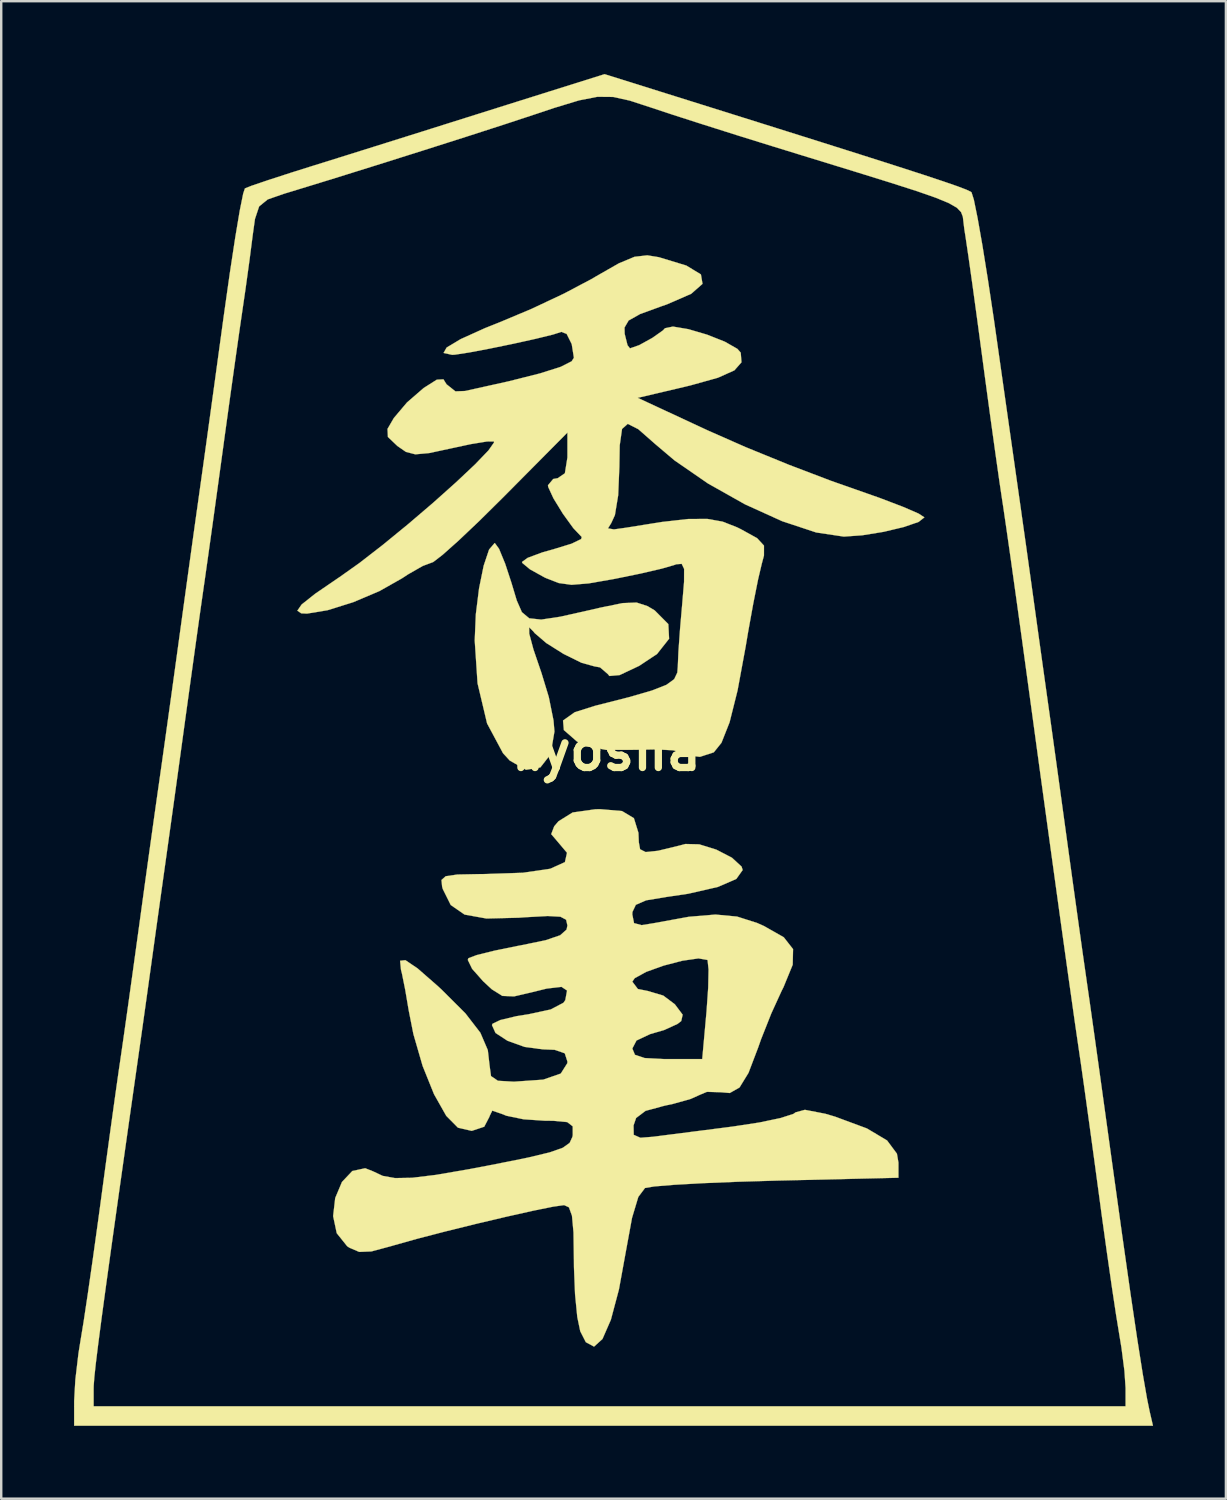
<source format=kicad_pcb>
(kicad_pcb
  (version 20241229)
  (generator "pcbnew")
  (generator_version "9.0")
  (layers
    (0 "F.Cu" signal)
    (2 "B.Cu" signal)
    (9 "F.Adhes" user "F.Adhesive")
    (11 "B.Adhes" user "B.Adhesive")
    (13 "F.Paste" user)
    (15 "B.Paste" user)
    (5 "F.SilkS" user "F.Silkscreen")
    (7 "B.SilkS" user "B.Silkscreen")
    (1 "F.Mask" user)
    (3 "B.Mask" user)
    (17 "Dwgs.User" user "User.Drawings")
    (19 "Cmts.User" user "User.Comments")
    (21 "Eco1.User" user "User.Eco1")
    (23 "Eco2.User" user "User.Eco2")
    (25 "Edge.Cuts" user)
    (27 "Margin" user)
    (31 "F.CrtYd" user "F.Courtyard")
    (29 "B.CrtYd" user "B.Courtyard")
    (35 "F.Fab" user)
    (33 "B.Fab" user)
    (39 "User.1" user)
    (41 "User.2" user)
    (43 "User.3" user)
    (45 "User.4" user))
  (footprint "kyosha"
    (layer "F.Cu")
    (at 21.929 27.878)
    (property "Reference" "kyosha" (at 0 0 0) (layer "F.SilkS") (effects (font (size 1.524 1.524) (thickness 0.3))))
    (attr through_hole)
    (fp_poly (pts (xy -4.422 -8.321) (xy -4.169 -7.707) (xy -3.912 -6.925) (xy -3.691 -6.19) (xy -3.48 -5.71) (xy -3.178 -5.457) (xy -2.685 -5.404) (xy -1.902 -5.522) (xy -0.728 -5.785) (xy -0.229 -5.9) (xy 0.668 -6.083) (xy 1.245 -6.106) (xy 1.695 -5.959) (xy 1.993 -5.781) (xy 2.553 -5.217) (xy 2.584 -4.615) (xy 2.09 -3.989) (xy 1.353 -3.499) (xy 0.545 -3.118) (xy 0.124 -3.081) (xy 0.061 -3.16) (xy -0.261 -3.436) (xy -0.49 -3.477) (xy -1.024 -3.625) (xy -1.757 -3.986) (xy -2.474 -4.437) (xy -2.959 -4.853) (xy -3.004 -4.913) (xy -3.181 -5.089) (xy -3.178 -4.825) (xy -3.005 -4.178) (xy -2.674 -3.208) (xy -2.371 -2.211) (xy -2.177 -1.249) (xy -2.139 -0.793) (xy -2.299 0.148) (xy -2.72 0.686) (xy -3.311 0.784) (xy -3.981 0.402) (xy -4.258 0.099) (xy -4.914 -1.126) (xy -5.306 -2.778) (xy -5.423 -4.545) (xy -5.377 -5.623) (xy -5.244 -6.693) (xy -5.054 -7.625) (xy -4.831 -8.29) (xy -4.604 -8.555) (xy -4.594 -8.556) (xy -4.422 -8.321)) (stroke (width 0.01) (type solid)) (fill yes) (layer "F.SilkS"))
    (fp_poly (pts (xy 2.161 -20.333) (xy 3.295 -19.988) (xy 3.895 -19.623) (xy 3.961 -19.235) (xy 3.493 -18.824) (xy 2.491 -18.388) (xy 2.273 -18.313) (xy 1.389 -17.991) (xy 0.917 -17.725) (xy 0.748 -17.435) (xy 0.754 -17.176) (xy 0.871 -16.708) (xy 0.972 -16.577) (xy 1.353 -16.71) (xy 1.895 -17.009) (xy 2.331 -17.317) (xy 2.415 -17.407) (xy 2.742 -17.475) (xy 3.378 -17.368) (xy 4.148 -17.142) (xy 4.879 -16.853) (xy 5.398 -16.557) (xy 5.535 -16.4) (xy 5.566 -16.003) (xy 5.275 -15.672) (xy 4.597 -15.368) (xy 3.465 -15.052) (xy 3.204 -14.989) (xy 1.29 -14.539) (xy 4.188 -13.192) (xy 5.742 -12.507) (xy 7.525 -11.779) (xy 9.26 -11.119) (xy 10.093 -10.826) (xy 11.262 -10.415) (xy 12.219 -10.05) (xy 12.865 -9.77) (xy 13.101 -9.615) (xy 12.862 -9.427) (xy 12.25 -9.217) (xy 11.423 -9.02) (xy 10.541 -8.877) (xy 9.784 -8.823) (xy 8.644 -8.993) (xy 7.243 -9.457) (xy 5.713 -10.151) (xy 4.189 -11.009) (xy 2.804 -11.965) (xy 2.005 -12.642) (xy 1.314 -13.249) (xy 0.881 -13.467) (xy 0.646 -13.258) (xy 0.55 -12.583) (xy 0.535 -11.693) (xy 0.487 -10.528) (xy 0.352 -9.709) (xy 0.201 -9.38) (xy 0.066 -9.162) (xy 0.311 -9.119) (xy 0.802 -9.188) (xy 2.282 -9.425) (xy 3.36 -9.547) (xy 4.156 -9.552) (xy 4.79 -9.439) (xy 5.383 -9.206) (xy 5.545 -9.126) (xy 6.211 -8.758) (xy 6.493 -8.452) (xy 6.492 -8.043) (xy 6.402 -7.704) (xy 6.25 -7.06) (xy 6.05 -6.058) (xy 5.835 -4.87) (xy 5.738 -4.291) (xy 5.404 -2.483) (xy 5.076 -1.174) (xy 4.742 -0.33) (xy 4.427 0.063) (xy 3.854 0.25) (xy 3.269 0.178) (xy 3.1 0.07) (xy 2.749 -0.02) (xy 2.027 -0.057) (xy 1.175 -0.039) (xy -0.009 -0.036) (xy -0.816 -0.188) (xy -1.212 -0.382) (xy -1.751 -0.853) (xy -1.785 -1.247) (xy -1.305 -1.587) (xy -0.468 -1.852) (xy 0.924 -2.206) (xy 1.877 -2.482) (xy 2.473 -2.716) (xy 2.794 -2.95) (xy 2.923 -3.222) (xy 2.943 -3.474) (xy 2.969 -4.082) (xy 3.035 -5.012) (xy 3.12 -5.994) (xy 3.201 -6.958) (xy 3.203 -7.492) (xy 3.104 -7.7) (xy 2.883 -7.684) (xy 2.783 -7.648) (xy 2.276 -7.502) (xy 1.42 -7.303) (xy 0.395 -7.093) (xy 0.321 -7.078) (xy -0.729 -6.895) (xy -1.433 -6.837) (xy -1.963 -6.91) (xy -2.494 -7.117) (xy -2.553 -7.145) (xy -3.146 -7.474) (xy -3.461 -7.736) (xy -3.476 -7.778) (xy -3.241 -7.948) (xy -2.638 -8.172) (xy -2.138 -8.314) (xy -1.431 -8.531) (xy -1.039 -8.721) (xy -1.015 -8.807) (xy -1.361 -9.171) (xy -1.793 -9.768) (xy -2.18 -10.399) (xy -2.395 -10.866) (xy -2.406 -10.937) (xy -2.19 -11.196) (xy -2.005 -11.229) (xy -1.709 -11.432) (xy -1.605 -12.077) (xy -1.604 -12.169) (xy -1.604 -13.109) (xy -4.261 -10.431) (xy -5.236 -9.467) (xy -6.09 -8.657) (xy -6.748 -8.071) (xy -7.134 -7.775) (xy -7.19 -7.754) (xy -7.564 -7.614) (xy -8.176 -7.264) (xy -8.421 -7.103) (xy -9.348 -6.579) (xy -10.428 -6.121) (xy -11.483 -5.791) (xy -12.332 -5.651) (xy -12.571 -5.662) (xy -12.73 -5.771) (xy -12.552 -6.027) (xy -11.995 -6.469) (xy -11.018 -7.137) (xy -10.986 -7.158) (xy -10.17 -7.737) (xy -9.204 -8.486) (xy -8.167 -9.335) (xy -7.135 -10.217) (xy -6.188 -11.064) (xy -5.402 -11.805) (xy -4.856 -12.374) (xy -4.627 -12.701) (xy -4.633 -12.743) (xy -4.926 -12.74) (xy -5.587 -12.632) (xy -6.378 -12.462) (xy -7.299 -12.264) (xy -7.87 -12.212) (xy -8.258 -12.313) (xy -8.609 -12.556) (xy -8.999 -12.927) (xy -9.016 -13.259) (xy -8.754 -13.709) (xy -8.213 -14.349) (xy -7.53 -14.941) (xy -7.525 -14.945) (xy -6.987 -15.286) (xy -6.712 -15.302) (xy -6.584 -15.098) (xy -6.218 -14.806) (xy -5.821 -14.821) (xy -4.033 -15.218) (xy -2.732 -15.546) (xy -1.878 -15.817) (xy -1.431 -16.044) (xy -1.337 -16.19) (xy -1.427 -16.753) (xy -1.635 -17.172) (xy -1.852 -17.257) (xy -2.2 -17.146) (xy -2.914 -16.971) (xy -3.835 -16.767) (xy -4.802 -16.568) (xy -5.655 -16.407) (xy -6.235 -16.318) (xy -6.35 -16.31) (xy -6.706 -16.388) (xy -6.581 -16.61) (xy -6.004 -16.957) (xy -5.002 -17.41) (xy -4.374 -17.661) (xy -3.084 -18.203) (xy -1.745 -18.834) (xy -0.608 -19.435) (xy -0.408 -19.553) (xy 0.514 -20.08) (xy 1.159 -20.349) (xy 1.685 -20.41) (xy 2.161 -20.333)) (stroke (width 0.01) (type solid)) (fill yes) (layer "F.SilkS"))
    (fp_poly (pts (xy 3.506 -26.751) (xy 6.269 -25.884) (xy 8.564 -25.162) (xy 10.431 -24.572) (xy 11.914 -24.099) (xy 13.053 -23.731) (xy 13.89 -23.453) (xy 14.467 -23.253) (xy 14.827 -23.116) (xy 15.01 -23.03) (xy 15.042 -23.007) (xy 15.139 -22.7) (xy 15.293 -21.943) (xy 15.491 -20.818) (xy 15.718 -19.404) (xy 15.962 -17.782) (xy 16.041 -17.229) (xy 16.298 -15.42) (xy 16.548 -13.661) (xy 16.775 -12.07) (xy 16.961 -10.761) (xy 17.091 -9.849) (xy 17.103 -9.759) (xy 17.286 -8.468) (xy 17.491 -7) (xy 17.646 -5.882) (xy 17.832 -4.541) (xy 18.037 -3.077) (xy 18.187 -2.005) (xy 18.324 -1.032) (xy 18.51 0.308) (xy 18.723 1.852) (xy 18.941 3.436) (xy 18.983 3.743) (xy 19.2 5.317) (xy 19.418 6.882) (xy 19.613 8.275) (xy 19.765 9.335) (xy 19.787 9.492) (xy 19.908 10.33) (xy 20.085 11.585) (xy 20.303 13.144) (xy 20.546 14.895) (xy 20.799 16.723) (xy 20.853 17.112) (xy 21.252 19.979) (xy 21.589 22.344) (xy 21.869 24.233) (xy 22.096 25.674) (xy 22.274 26.695) (xy 22.378 27.205) (xy 22.517 27.806) (xy -21.924 27.806) (xy -21.924 26.781) (xy -21.896 26.276) (xy -21.122 26.276) (xy -21.122 27.004) (xy 21.389 27.004) (xy 21.389 26.247) (xy 21.342 25.544) (xy 21.219 24.59) (xy 21.129 24.041) (xy 21.001 23.257) (xy 20.823 22.079) (xy 20.617 20.645) (xy 20.401 19.091) (xy 20.315 18.448) (xy 20.099 16.852) (xy 19.885 15.289) (xy 19.693 13.905) (xy 19.543 12.848) (xy 19.501 12.566) (xy 19.303 11.207) (xy 19.038 9.333) (xy 18.706 6.959) (xy 18.311 4.099) (xy 17.853 0.77) (xy 17.383 -2.674) (xy 17.131 -4.517) (xy 16.886 -6.283) (xy 16.664 -7.867) (xy 16.478 -9.166) (xy 16.345 -10.076) (xy 16.311 -10.294) (xy 16.187 -11.128) (xy 16.013 -12.354) (xy 15.807 -13.834) (xy 15.591 -15.428) (xy 15.491 -16.176) (xy 15.284 -17.716) (xy 15.088 -19.147) (xy 14.918 -20.35) (xy 14.791 -21.206) (xy 14.747 -21.483) (xy 14.712 -21.771) (xy 14.685 -22) (xy 14.611 -22.192) (xy 14.438 -22.371) (xy 14.111 -22.559) (xy 13.577 -22.78) (xy 12.784 -23.057) (xy 11.676 -23.412) (xy 10.201 -23.87) (xy 8.305 -24.453) (xy 6.818 -24.911) (xy 5.378 -25.359) (xy 3.976 -25.803) (xy 2.765 -26.192) (xy 1.9 -26.478) (xy 1.854 -26.494) (xy 0.968 -26.783) (xy 0.278 -26.935) (xy -0.369 -26.941) (xy -1.127 -26.793) (xy -2.149 -26.483) (xy -2.909 -26.229) (xy -4.14 -25.823) (xy -5.737 -25.307) (xy -7.558 -24.727) (xy -9.458 -24.128) (xy -11.293 -23.555) (xy -12.919 -23.056) (xy -13.285 -22.945) (xy -13.951 -22.713) (xy -14.304 -22.425) (xy -14.476 -21.908) (xy -14.566 -21.263) (xy -14.698 -20.235) (xy -14.868 -19.003) (xy -14.988 -18.181) (xy -15.122 -17.262) (xy -15.305 -15.971) (xy -15.516 -14.464) (xy -15.732 -12.899) (xy -15.777 -12.566) (xy -15.993 -10.993) (xy -16.209 -9.428) (xy -16.404 -8.034) (xy -16.554 -6.975) (xy -16.577 -6.818) (xy -16.716 -5.845) (xy -16.904 -4.505) (xy -17.118 -2.961) (xy -17.337 -1.376) (xy -17.379 -1.069) (xy -17.595 0.504) (xy -17.811 2.069) (xy -18.005 3.462) (xy -18.153 4.522) (xy -18.175 4.679) (xy -18.356 5.97) (xy -18.561 7.438) (xy -18.716 8.556) (xy -18.902 9.897) (xy -19.107 11.361) (xy -19.259 12.433) (xy -19.698 15.516) (xy -20.065 18.112) (xy -20.367 20.262) (xy -20.609 22.009) (xy -20.797 23.394) (xy -20.936 24.459) (xy -21.033 25.246) (xy -21.092 25.796) (xy -21.119 26.152) (xy -21.122 26.276) (xy -21.896 26.276) (xy -21.874 25.901) (xy -21.747 24.826) (xy -21.664 24.308) (xy -21.535 23.524) (xy -21.358 22.347) (xy -21.152 20.913) (xy -20.936 19.358) (xy -20.849 18.716) (xy -20.634 17.12) (xy -20.42 15.556) (xy -20.228 14.172) (xy -20.078 13.115) (xy -20.036 12.834) (xy -19.903 11.915) (xy -19.72 10.624) (xy -19.51 9.117) (xy -19.294 7.551) (xy -19.248 7.219) (xy -19.033 5.646) (xy -18.816 4.08) (xy -18.621 2.687) (xy -18.471 1.627) (xy -18.448 1.471) (xy -18.31 0.497) (xy -18.122 -0.843) (xy -17.907 -2.386) (xy -17.688 -3.971) (xy -17.646 -4.278) (xy -17.43 -5.851) (xy -17.214 -7.416) (xy -17.021 -8.81) (xy -16.873 -9.869) (xy -16.85 -10.026) (xy -16.735 -10.849) (xy -16.618 -11.683) (xy -16.487 -12.625) (xy -16.329 -13.771) (xy -16.13 -15.217) (xy -15.878 -17.059) (xy -15.761 -17.914) (xy -15.511 -19.681) (xy -15.287 -21.152) (xy -15.1 -22.265) (xy -14.96 -22.957) (xy -14.89 -23.166) (xy -14.615 -23.276) (xy -13.941 -23.505) (xy -12.98 -23.817) (xy -12.215 -24.058) (xy -10.726 -24.523) (xy -9.063 -25.045) (xy -7.525 -25.528) (xy -7.152 -25.646) (xy -5.708 -26.101) (xy -4.108 -26.605) (xy -2.651 -27.063) (xy -2.376 -27.15) (xy -0.074 -27.873) (xy 3.506 -26.751)) (stroke (width 0.01) (type solid)) (fill yes) (layer "F.SilkS"))
    (fp_poly (pts (xy 0.645 2.483) (xy 1.134 2.776) (xy 1.321 3.38) (xy 1.337 3.77) (xy 1.389 4.057) (xy 1.617 4.172) (xy 2.124 4.12) (xy 3.016 3.904) (xy 3.256 3.84) (xy 3.825 3.854) (xy 4.529 4.072) (xy 5.175 4.407) (xy 5.57 4.771) (xy 5.615 4.912) (xy 5.354 5.279) (xy 4.594 5.609) (xy 3.372 5.889) (xy 2.473 6.022) (xy 1.638 6.161) (xy 1.213 6.346) (xy 1.074 6.641) (xy 1.069 6.743) (xy 1.14 7.1) (xy 1.455 7.183) (xy 1.938 7.105) (xy 3.396 6.839) (xy 4.495 6.747) (xy 5.384 6.83) (xy 6.212 7.094) (xy 6.49 7.218) (xy 7.307 7.681) (xy 7.691 8.171) (xy 7.676 8.814) (xy 7.297 9.738) (xy 7.22 9.89) (xy 6.796 10.817) (xy 6.374 11.881) (xy 6.255 12.219) (xy 5.855 13.269) (xy 5.486 13.87) (xy 5.085 14.098) (xy 4.712 14.067) (xy 4.144 14.05) (xy 3.891 14.155) (xy 3.471 14.343) (xy 2.746 14.546) (xy 2.406 14.619) (xy 1.614 14.833) (xy 1.225 15.127) (xy 1.12 15.434) (xy 1.127 15.82) (xy 1.401 15.942) (xy 1.922 15.901) (xy 2.592 15.815) (xy 3.61 15.685) (xy 4.791 15.534) (xy 5.214 15.479) (xy 6.297 15.314) (xy 7.17 15.131) (xy 7.702 14.961) (xy 7.797 14.894) (xy 8.179 14.791) (xy 9.022 14.954) (xy 9.424 15.073) (xy 10.733 15.558) (xy 11.563 16.052) (xy 11.969 16.597) (xy 12.032 16.964) (xy 12.032 17.589) (xy 7.018 17.707) (xy 5.413 17.754) (xy 3.975 17.813) (xy 2.797 17.879) (xy 1.972 17.947) (xy 1.592 18.011) (xy 1.316 18.379) (xy 1.057 19.242) (xy 0.825 20.505) (xy 0.518 22.19) (xy 0.186 23.439) (xy -0.16 24.231) (xy -0.508 24.546) (xy -0.846 24.363) (xy -1.076 23.912) (xy -1.198 23.327) (xy -1.29 22.386) (xy -1.335 21.268) (xy -1.337 20.971) (xy -1.354 19.841) (xy -1.417 19.151) (xy -1.542 18.807) (xy -1.74 18.716) (xy -2.186 18.779) (xy -3.025 18.949) (xy -4.132 19.197) (xy -5.382 19.492) (xy -6.651 19.806) (xy -7.814 20.108) (xy -8.746 20.37) (xy -8.875 20.408) (xy -9.678 20.624) (xy -10.182 20.644) (xy -10.586 20.47) (xy -10.679 20.408) (xy -11.107 19.873) (xy -11.256 19.17) (xy -11.17 18.424) (xy -10.891 17.762) (xy -10.465 17.311) (xy -9.935 17.197) (xy -9.614 17.324) (xy -9.214 17.512) (xy -8.707 17.603) (xy -8.005 17.591) (xy -7.019 17.471) (xy -5.658 17.237) (xy -4.545 17.024) (xy -3.221 16.757) (xy -2.334 16.544) (xy -1.794 16.354) (xy -1.512 16.152) (xy -1.398 15.904) (xy -1.385 15.832) (xy -1.386 15.471) (xy -1.611 15.297) (xy -2.19 15.243) (xy -2.539 15.24) (xy -3.409 15.181) (xy -4.121 15.034) (xy -4.295 14.963) (xy -4.7 14.824) (xy -4.813 15.055) (xy -4.813 15.068) (xy -5.031 15.487) (xy -5.545 15.658) (xy -6.113 15.527) (xy -6.596 15.039) (xy -7.099 14.149) (xy -7.569 12.983) (xy -7.95 11.668) (xy -8.142 10.695) (xy -8.285 9.852) (xy -8.421 9.177) (xy -8.46 9.024) (xy -8.497 8.651) (xy -8.279 8.626) (xy -7.776 8.966) (xy -6.953 9.685) (xy -6.796 9.83) (xy -5.806 10.818) (xy -5.191 11.615) (xy -4.884 12.331) (xy -4.813 12.95) (xy -4.752 13.401) (xy -4.468 13.594) (xy -3.81 13.632) (xy -2.603 13.548) (xy -1.878 13.297) (xy -1.608 12.87) (xy -1.604 12.803) (xy -1.713 12.463) (xy -2.128 12.319) (xy -2.614 12.299) (xy -3.368 12.199) (xy -4.068 11.949) (xy -4.566 11.625) (xy -4.713 11.301) (xy -4.689 11.246) (xy -4.369 11.092) (xy -3.696 10.931) (xy -3.202 10.853) (xy -2.294 10.657) (xy -1.766 10.379) (xy -1.692 10.271) (xy -1.619 9.877) (xy -1.848 9.725) (xy -2.455 9.796) (xy -3.034 9.938) (xy -3.801 10.118) (xy -4.286 10.098) (xy -4.717 9.828) (xy -5.059 9.511) (xy 1.069 9.511) (xy 1.299 9.814) (xy 1.696 9.893) (xy 2.345 10.085) (xy 2.822 10.444) (xy 3.143 10.872) (xy 3.084 11.134) (xy 2.93 11.253) (xy 2.378 11.505) (xy 1.805 11.671) (xy 1.241 11.936) (xy 1.069 12.266) (xy 1.178 12.525) (xy 1.578 12.658) (xy 2.383 12.7) (xy 2.509 12.7) (xy 3.949 12.7) (xy 4.127 10.731) (xy 4.195 9.759) (xy 4.21 9.011) (xy 4.17 8.631) (xy 4.16 8.616) (xy 3.794 8.553) (xy 3.134 8.648) (xy 2.358 8.85) (xy 1.643 9.107) (xy 1.167 9.368) (xy 1.069 9.511) (xy -5.059 9.511) (xy -5.077 9.494) (xy -5.53 8.982) (xy -5.708 8.616) (xy -5.683 8.545) (xy -5.337 8.415) (xy -4.612 8.235) (xy -3.658 8.04) (xy -3.543 8.019) (xy -2.505 7.805) (xy -1.903 7.6) (xy -1.64 7.366) (xy -1.604 7.197) (xy -1.658 6.96) (xy -1.891 6.836) (xy -2.413 6.807) (xy -3.332 6.857) (xy -3.612 6.877) (xy -4.937 6.91) (xy -5.84 6.748) (xy -6.411 6.354) (xy -6.74 5.692) (xy -6.766 5.597) (xy -6.792 5.323) (xy -6.618 5.168) (xy -6.137 5.098) (xy -5.243 5.08) (xy -5.088 5.08) (xy -3.44 5.025) (xy -2.314 4.861) (xy -1.708 4.587) (xy -1.621 4.202) (xy -2.012 3.738) (xy -2.272 3.434) (xy -2.149 3.112) (xy -1.971 2.903) (xy -1.39 2.542) (xy -0.45 2.409) (xy -0.255 2.406) (xy 0.645 2.483)) (stroke (width 0.01) (type solid)) (fill yes) (layer "F.SilkS")))
  (gr_rect
    (start -3 -3)
    (end 47.451 58.689)
    (stroke (width 0.1) (type default))
    (fill no)
    (layer "Edge.Cuts")))
</source>
